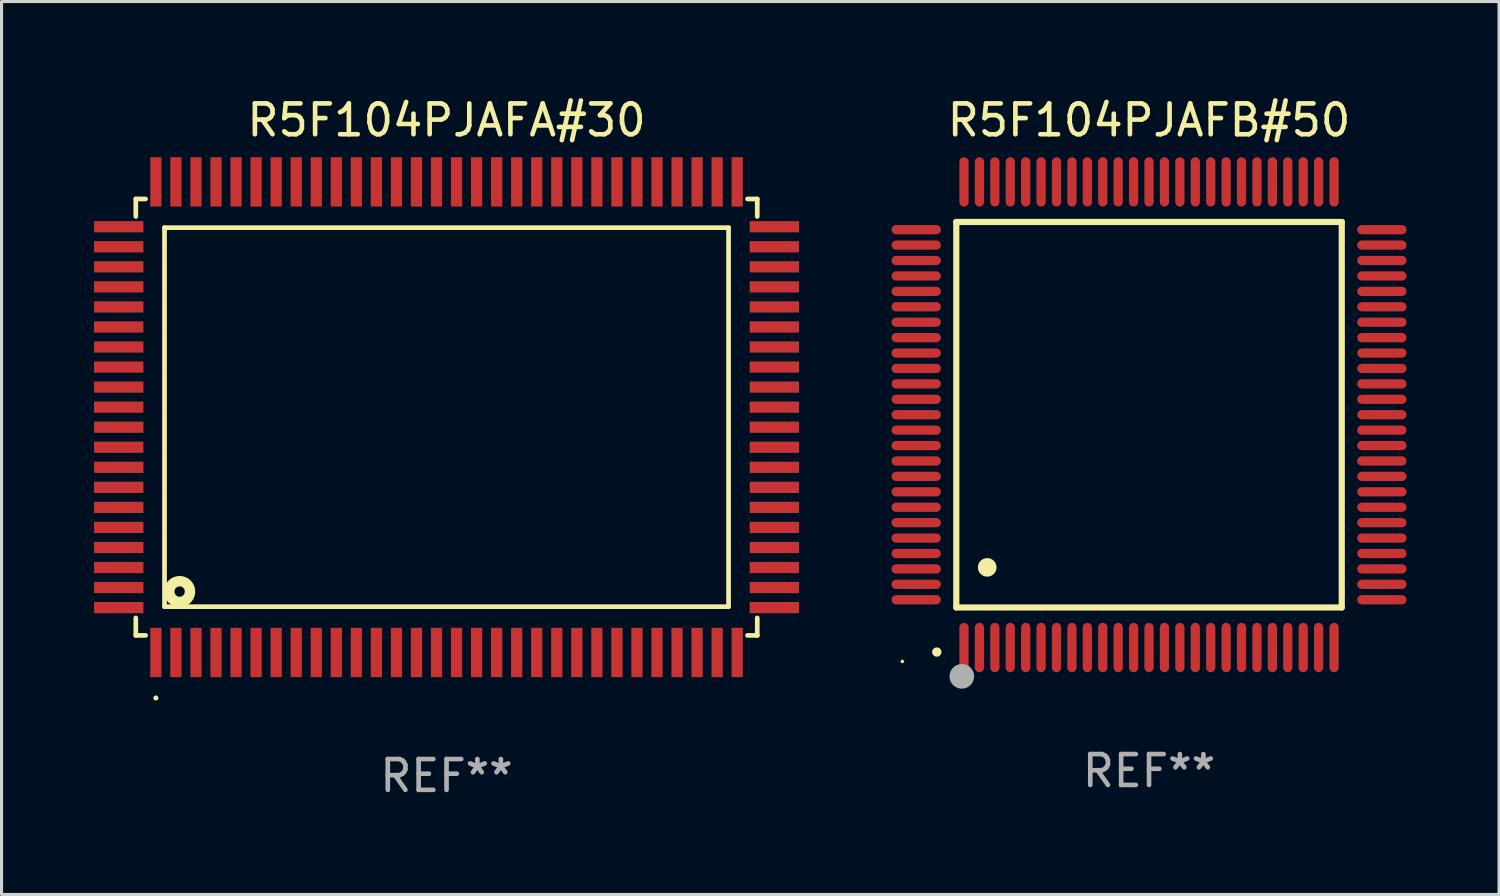
<source format=kicad_pcb>
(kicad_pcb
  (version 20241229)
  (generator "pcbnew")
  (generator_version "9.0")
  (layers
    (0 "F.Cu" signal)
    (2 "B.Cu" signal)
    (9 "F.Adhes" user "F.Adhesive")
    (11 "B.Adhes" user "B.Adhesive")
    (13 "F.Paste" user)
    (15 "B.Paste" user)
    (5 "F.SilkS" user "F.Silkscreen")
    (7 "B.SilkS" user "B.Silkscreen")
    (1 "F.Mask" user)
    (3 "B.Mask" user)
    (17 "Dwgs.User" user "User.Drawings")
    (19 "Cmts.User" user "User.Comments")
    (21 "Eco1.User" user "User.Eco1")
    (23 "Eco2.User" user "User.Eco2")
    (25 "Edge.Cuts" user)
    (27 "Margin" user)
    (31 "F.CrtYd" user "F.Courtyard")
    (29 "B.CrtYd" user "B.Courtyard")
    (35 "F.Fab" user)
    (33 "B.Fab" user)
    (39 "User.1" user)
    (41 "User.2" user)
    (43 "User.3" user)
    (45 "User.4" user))
  (footprint "R5F104PJAFB#50"
    (layer "F.Cu")
    (at 34.21 10.398)
    (property "Reference" "R5F104PJAFB#50" (at 0 -9.55 0) (layer "F.SilkS") (effects (font (size 1 1) (thickness 0.15))))
    (attr through_hole)
    (fp_line (start -6.25 -6.25) (end -6.25 6.25) (stroke (width 0.2) (type solid)) (layer "F.SilkS"))
    (fp_line (start -6.25 6.25) (end 6.25 6.25) (stroke (width 0.2) (type solid)) (layer "F.SilkS"))
    (fp_line (start 6.25 -6.25) (end -6.25 -6.25) (stroke (width 0.2) (type solid)) (layer "F.SilkS"))
    (fp_line (start 6.25 6.25) (end 6.25 -6.25) (stroke (width 0.2) (type solid)) (layer "F.SilkS"))
    (fp_arc (start -6.883414 7.696215) (mid -6.882144 7.69621) (end -6.880874 7.696215) (stroke (width 0.3) (type solid)) (layer "F.SilkS"))
    (fp_arc (start -5.250191 4.95047) (mid -5.247651 4.950459) (end -5.245111 4.95047) (stroke (width 0.6) (type solid)) (layer "F.SilkS"))
    (fp_circle (center -8 8) (end -7.97 8) (stroke (width 0.06) (type solid)) (fill no) (layer "F.SilkS"))
    (fp_circle (center -6.071 8.484) (end -5.871 8.484) (stroke (width 0.4) (type solid)) (fill no) (layer "F.Fab"))
    (fp_text user "REF**" (at 0 11.55 0) (layer "F.Fab") (effects (font (size 1 1) (thickness 0.15))))
    (pad "1" smd oval (at -6 7.55) (size 0.3 1.6) (layers "F.Cu" "F.Mask" "F.Paste"))
    (pad "2" smd oval (at -5.5 7.55) (size 0.3 1.6) (layers "F.Cu" "F.Mask" "F.Paste"))
    (pad "3" smd oval (at -5 7.55) (size 0.3 1.6) (layers "F.Cu" "F.Mask" "F.Paste"))
    (pad "4" smd oval (at -4.5 7.55) (size 0.3 1.6) (layers "F.Cu" "F.Mask" "F.Paste"))
    (pad "5" smd oval (at -4 7.55) (size 0.3 1.6) (layers "F.Cu" "F.Mask" "F.Paste"))
    (pad "6" smd oval (at -3.5 7.55) (size 0.3 1.6) (layers "F.Cu" "F.Mask" "F.Paste"))
    (pad "7" smd oval (at -3 7.55) (size 0.3 1.6) (layers "F.Cu" "F.Mask" "F.Paste"))
    (pad "8" smd oval (at -2.5 7.55) (size 0.3 1.6) (layers "F.Cu" "F.Mask" "F.Paste"))
    (pad "9" smd oval (at -2 7.55) (size 0.3 1.6) (layers "F.Cu" "F.Mask" "F.Paste"))
    (pad "10" smd oval (at -1.5 7.55) (size 0.3 1.6) (layers "F.Cu" "F.Mask" "F.Paste"))
    (pad "11" smd oval (at -1 7.55) (size 0.3 1.6) (layers "F.Cu" "F.Mask" "F.Paste"))
    (pad "12" smd oval (at -0.5 7.55) (size 0.3 1.6) (layers "F.Cu" "F.Mask" "F.Paste"))
    (pad "13" smd oval (at 0 7.55) (size 0.3 1.6) (layers "F.Cu" "F.Mask" "F.Paste"))
    (pad "14" smd oval (at 0.5 7.55) (size 0.3 1.6) (layers "F.Cu" "F.Mask" "F.Paste"))
    (pad "15" smd oval (at 1 7.55) (size 0.3 1.6) (layers "F.Cu" "F.Mask" "F.Paste"))
    (pad "16" smd oval (at 1.5 7.55) (size 0.3 1.6) (layers "F.Cu" "F.Mask" "F.Paste"))
    (pad "17" smd oval (at 2 7.55) (size 0.3 1.6) (layers "F.Cu" "F.Mask" "F.Paste"))
    (pad "18" smd oval (at 2.5 7.55) (size 0.3 1.6) (layers "F.Cu" "F.Mask" "F.Paste"))
    (pad "19" smd oval (at 3 7.55) (size 0.3 1.6) (layers "F.Cu" "F.Mask" "F.Paste"))
    (pad "20" smd oval (at 3.5 7.55) (size 0.3 1.6) (layers "F.Cu" "F.Mask" "F.Paste"))
    (pad "21" smd oval (at 4 7.55) (size 0.3 1.6) (layers "F.Cu" "F.Mask" "F.Paste"))
    (pad "22" smd oval (at 4.5 7.55) (size 0.3 1.6) (layers "F.Cu" "F.Mask" "F.Paste"))
    (pad "23" smd oval (at 5 7.55) (size 0.3 1.6) (layers "F.Cu" "F.Mask" "F.Paste"))
    (pad "24" smd oval (at 5.5 7.55) (size 0.3 1.6) (layers "F.Cu" "F.Mask" "F.Paste"))
    (pad "25" smd oval (at 6 7.55) (size 0.3 1.6) (layers "F.Cu" "F.Mask" "F.Paste"))
    (pad "26" smd oval (at 7.55 6) (size 1.6 0.3) (layers "F.Cu" "F.Mask" "F.Paste"))
    (pad "27" smd oval (at 7.55 5.5) (size 1.6 0.3) (layers "F.Cu" "F.Mask" "F.Paste"))
    (pad "28" smd oval (at 7.55 5) (size 1.6 0.3) (layers "F.Cu" "F.Mask" "F.Paste"))
    (pad "29" smd oval (at 7.55 4.5) (size 1.6 0.3) (layers "F.Cu" "F.Mask" "F.Paste"))
    (pad "30" smd oval (at 7.55 4) (size 1.6 0.3) (layers "F.Cu" "F.Mask" "F.Paste"))
    (pad "31" smd oval (at 7.55 3.5) (size 1.6 0.3) (layers "F.Cu" "F.Mask" "F.Paste"))
    (pad "32" smd oval (at 7.55 3) (size 1.6 0.3) (layers "F.Cu" "F.Mask" "F.Paste"))
    (pad "33" smd oval (at 7.55 2.5) (size 1.6 0.3) (layers "F.Cu" "F.Mask" "F.Paste"))
    (pad "34" smd oval (at 7.55 2) (size 1.6 0.3) (layers "F.Cu" "F.Mask" "F.Paste"))
    (pad "35" smd oval (at 7.55 1.5) (size 1.6 0.3) (layers "F.Cu" "F.Mask" "F.Paste"))
    (pad "36" smd oval (at 7.55 1) (size 1.6 0.3) (layers "F.Cu" "F.Mask" "F.Paste"))
    (pad "37" smd oval (at 7.55 0.5) (size 1.6 0.3) (layers "F.Cu" "F.Mask" "F.Paste"))
    (pad "38" smd oval (at 7.55 0) (size 1.6 0.3) (layers "F.Cu" "F.Mask" "F.Paste"))
    (pad "39" smd oval (at 7.55 -0.5) (size 1.6 0.3) (layers "F.Cu" "F.Mask" "F.Paste"))
    (pad "40" smd oval (at 7.55 -1) (size 1.6 0.3) (layers "F.Cu" "F.Mask" "F.Paste"))
    (pad "41" smd oval (at 7.55 -1.5) (size 1.6 0.3) (layers "F.Cu" "F.Mask" "F.Paste"))
    (pad "42" smd oval (at 7.55 -2) (size 1.6 0.3) (layers "F.Cu" "F.Mask" "F.Paste"))
    (pad "43" smd oval (at 7.55 -2.5) (size 1.6 0.3) (layers "F.Cu" "F.Mask" "F.Paste"))
    (pad "44" smd oval (at 7.55 -3) (size 1.6 0.3) (layers "F.Cu" "F.Mask" "F.Paste"))
    (pad "45" smd oval (at 7.55 -3.5) (size 1.6 0.3) (layers "F.Cu" "F.Mask" "F.Paste"))
    (pad "46" smd oval (at 7.55 -4) (size 1.6 0.3) (layers "F.Cu" "F.Mask" "F.Paste"))
    (pad "47" smd oval (at 7.55 -4.5) (size 1.6 0.3) (layers "F.Cu" "F.Mask" "F.Paste"))
    (pad "48" smd oval (at 7.55 -5) (size 1.6 0.3) (layers "F.Cu" "F.Mask" "F.Paste"))
    (pad "49" smd oval (at 7.55 -5.5) (size 1.6 0.3) (layers "F.Cu" "F.Mask" "F.Paste"))
    (pad "50" smd oval (at 7.55 -6) (size 1.6 0.3) (layers "F.Cu" "F.Mask" "F.Paste"))
    (pad "51" smd oval (at 6 -7.55) (size 0.3 1.6) (layers "F.Cu" "F.Mask" "F.Paste"))
    (pad "52" smd oval (at 5.5 -7.55) (size 0.3 1.6) (layers "F.Cu" "F.Mask" "F.Paste"))
    (pad "53" smd oval (at 5 -7.55) (size 0.3 1.6) (layers "F.Cu" "F.Mask" "F.Paste"))
    (pad "54" smd oval (at 4.5 -7.55) (size 0.3 1.6) (layers "F.Cu" "F.Mask" "F.Paste"))
    (pad "55" smd oval (at 4 -7.55) (size 0.3 1.6) (layers "F.Cu" "F.Mask" "F.Paste"))
    (pad "56" smd oval (at 3.5 -7.55) (size 0.3 1.6) (layers "F.Cu" "F.Mask" "F.Paste"))
    (pad "57" smd oval (at 3 -7.55) (size 0.3 1.6) (layers "F.Cu" "F.Mask" "F.Paste"))
    (pad "58" smd oval (at 2.5 -7.55) (size 0.3 1.6) (layers "F.Cu" "F.Mask" "F.Paste"))
    (pad "59" smd oval (at 2 -7.55) (size 0.3 1.6) (layers "F.Cu" "F.Mask" "F.Paste"))
    (pad "60" smd oval (at 1.5 -7.55) (size 0.3 1.6) (layers "F.Cu" "F.Mask" "F.Paste"))
    (pad "61" smd oval (at 1 -7.55) (size 0.3 1.6) (layers "F.Cu" "F.Mask" "F.Paste"))
    (pad "62" smd oval (at 0.5 -7.55) (size 0.3 1.6) (layers "F.Cu" "F.Mask" "F.Paste"))
    (pad "63" smd oval (at 0 -7.55) (size 0.3 1.6) (layers "F.Cu" "F.Mask" "F.Paste"))
    (pad "64" smd oval (at -0.5 -7.55) (size 0.3 1.6) (layers "F.Cu" "F.Mask" "F.Paste"))
    (pad "65" smd oval (at -1 -7.55) (size 0.3 1.6) (layers "F.Cu" "F.Mask" "F.Paste"))
    (pad "66" smd oval (at -1.5 -7.55) (size 0.3 1.6) (layers "F.Cu" "F.Mask" "F.Paste"))
    (pad "67" smd oval (at -2 -7.55) (size 0.3 1.6) (layers "F.Cu" "F.Mask" "F.Paste"))
    (pad "68" smd oval (at -2.5 -7.55) (size 0.3 1.6) (layers "F.Cu" "F.Mask" "F.Paste"))
    (pad "69" smd oval (at -3 -7.55) (size 0.3 1.6) (layers "F.Cu" "F.Mask" "F.Paste"))
    (pad "70" smd oval (at -3.5 -7.55) (size 0.3 1.6) (layers "F.Cu" "F.Mask" "F.Paste"))
    (pad "71" smd oval (at -4 -7.55) (size 0.3 1.6) (layers "F.Cu" "F.Mask" "F.Paste"))
    (pad "72" smd oval (at -4.5 -7.55) (size 0.3 1.6) (layers "F.Cu" "F.Mask" "F.Paste"))
    (pad "73" smd oval (at -5 -7.55) (size 0.3 1.6) (layers "F.Cu" "F.Mask" "F.Paste"))
    (pad "74" smd oval (at -5.5 -7.55) (size 0.3 1.6) (layers "F.Cu" "F.Mask" "F.Paste"))
    (pad "75" smd oval (at -6 -7.55) (size 0.3 1.6) (layers "F.Cu" "F.Mask" "F.Paste"))
    (pad "76" smd oval (at -7.55 -6) (size 1.6 0.3) (layers "F.Cu" "F.Mask" "F.Paste"))
    (pad "77" smd oval (at -7.55 -5.5) (size 1.6 0.3) (layers "F.Cu" "F.Mask" "F.Paste"))
    (pad "78" smd oval (at -7.55 -5) (size 1.6 0.3) (layers "F.Cu" "F.Mask" "F.Paste"))
    (pad "79" smd oval (at -7.55 -4.5) (size 1.6 0.3) (layers "F.Cu" "F.Mask" "F.Paste"))
    (pad "80" smd oval (at -7.55 -4) (size 1.6 0.3) (layers "F.Cu" "F.Mask" "F.Paste"))
    (pad "81" smd oval (at -7.55 -3.5) (size 1.6 0.3) (layers "F.Cu" "F.Mask" "F.Paste"))
    (pad "82" smd oval (at -7.55 -3) (size 1.6 0.3) (layers "F.Cu" "F.Mask" "F.Paste"))
    (pad "83" smd oval (at -7.55 -2.5) (size 1.6 0.3) (layers "F.Cu" "F.Mask" "F.Paste"))
    (pad "84" smd oval (at -7.55 -2) (size 1.6 0.3) (layers "F.Cu" "F.Mask" "F.Paste"))
    (pad "85" smd oval (at -7.55 -1.5) (size 1.6 0.3) (layers "F.Cu" "F.Mask" "F.Paste"))
    (pad "86" smd oval (at -7.55 -1) (size 1.6 0.3) (layers "F.Cu" "F.Mask" "F.Paste"))
    (pad "87" smd oval (at -7.55 -0.5) (size 1.6 0.3) (layers "F.Cu" "F.Mask" "F.Paste"))
    (pad "88" smd oval (at -7.55 0) (size 1.6 0.3) (layers "F.Cu" "F.Mask" "F.Paste"))
    (pad "89" smd oval (at -7.55 0.5) (size 1.6 0.3) (layers "F.Cu" "F.Mask" "F.Paste"))
    (pad "90" smd oval (at -7.55 1) (size 1.6 0.3) (layers "F.Cu" "F.Mask" "F.Paste"))
    (pad "91" smd oval (at -7.55 1.5) (size 1.6 0.3) (layers "F.Cu" "F.Mask" "F.Paste"))
    (pad "92" smd oval (at -7.55 2) (size 1.6 0.3) (layers "F.Cu" "F.Mask" "F.Paste"))
    (pad "93" smd oval (at -7.55 2.5) (size 1.6 0.3) (layers "F.Cu" "F.Mask" "F.Paste"))
    (pad "94" smd oval (at -7.55 3) (size 1.6 0.3) (layers "F.Cu" "F.Mask" "F.Paste"))
    (pad "95" smd oval (at -7.55 3.5) (size 1.6 0.3) (layers "F.Cu" "F.Mask" "F.Paste"))
    (pad "96" smd oval (at -7.55 4) (size 1.6 0.3) (layers "F.Cu" "F.Mask" "F.Paste"))
    (pad "97" smd oval (at -7.55 4.5) (size 1.6 0.3) (layers "F.Cu" "F.Mask" "F.Paste"))
    (pad "98" smd oval (at -7.55 5) (size 1.6 0.3) (layers "F.Cu" "F.Mask" "F.Paste"))
    (pad "99" smd oval (at -7.55 5.5) (size 1.6 0.3) (layers "F.Cu" "F.Mask" "F.Paste"))
    (pad "100" smd oval (at -7.55 6) (size 1.6 0.3) (layers "F.Cu" "F.Mask" "F.Paste")))
  (footprint "R5F104PJAFA#30"
    (layer "F.Cu")
    (at 11.43 10.478)
    (property "Reference" "R5F104PJAFA#30" (at 0 -9.63 0) (layer "F.SilkS") (effects (font (size 1 1) (thickness 0.15))))
    (attr through_hole)
    (fp_line (start -10.076 -7.076) (end -10.076 -6.509) (stroke (width 0.152) (type solid)) (layer "F.SilkS"))
    (fp_line (start -10.076 7.076) (end -10.076 6.509) (stroke (width 0.152) (type solid)) (layer "F.SilkS"))
    (fp_line (start -9.759 -7.076) (end -10.076 -7.076) (stroke (width 0.152) (type solid)) (layer "F.SilkS"))
    (fp_line (start -9.759 7.076) (end -10.076 7.076) (stroke (width 0.152) (type solid)) (layer "F.SilkS"))
    (fp_line (start -9.145 -6.145) (end 9.145 -6.145) (stroke (width 0.152) (type solid)) (layer "F.SilkS"))
    (fp_line (start -9.145 6.145) (end -9.145 -6.145) (stroke (width 0.152) (type solid)) (layer "F.SilkS"))
    (fp_line (start 9.145 -6.145) (end 9.145 6.145) (stroke (width 0.152) (type solid)) (layer "F.SilkS"))
    (fp_line (start 9.145 6.145) (end -9.145 6.145) (stroke (width 0.152) (type solid)) (layer "F.SilkS"))
    (fp_line (start 9.759 -7.076) (end 10.076 -7.076) (stroke (width 0.152) (type solid)) (layer "F.SilkS"))
    (fp_line (start 9.759 7.076) (end 10.076 7.076) (stroke (width 0.152) (type solid)) (layer "F.SilkS"))
    (fp_line (start 10.076 -7.076) (end 10.076 -6.509) (stroke (width 0.152) (type solid)) (layer "F.SilkS"))
    (fp_line (start 10.076 7.076) (end 10.076 6.509) (stroke (width 0.152) (type solid)) (layer "F.SilkS"))
    (fp_circle (center -9.425 9.105) (end -9.384 9.105) (stroke (width 0.081) (type solid)) (fill no) (layer "F.SilkS"))
    (fp_circle (center -8.655 5.655) (end -8.487 5.655) (stroke (width 0.338) (type solid)) (fill no) (layer "F.SilkS"))
    (fp_text user "REF**" (at 0 11.63 0) (layer "F.Fab") (effects (font (size 1 1) (thickness 0.15))))
    (pad "1" smd rect (at -9.425 7.63) (size 0.364 1.6) (layers "F.Cu" "F.Mask" "F.Paste"))
    (pad "2" smd rect (at -8.775 7.63) (size 0.364 1.6) (layers "F.Cu" "F.Mask" "F.Paste"))
    (pad "3" smd rect (at -8.125 7.63) (size 0.364 1.6) (layers "F.Cu" "F.Mask" "F.Paste"))
    (pad "4" smd rect (at -7.475 7.63) (size 0.364 1.6) (layers "F.Cu" "F.Mask" "F.Paste"))
    (pad "5" smd rect (at -6.825 7.63) (size 0.364 1.6) (layers "F.Cu" "F.Mask" "F.Paste"))
    (pad "6" smd rect (at -6.175 7.63) (size 0.364 1.6) (layers "F.Cu" "F.Mask" "F.Paste"))
    (pad "7" smd rect (at -5.525 7.63) (size 0.364 1.6) (layers "F.Cu" "F.Mask" "F.Paste"))
    (pad "8" smd rect (at -4.875 7.63) (size 0.364 1.6) (layers "F.Cu" "F.Mask" "F.Paste"))
    (pad "9" smd rect (at -4.225 7.63) (size 0.364 1.6) (layers "F.Cu" "F.Mask" "F.Paste"))
    (pad "10" smd rect (at -3.575 7.63) (size 0.364 1.6) (layers "F.Cu" "F.Mask" "F.Paste"))
    (pad "11" smd rect (at -2.925 7.63) (size 0.364 1.6) (layers "F.Cu" "F.Mask" "F.Paste"))
    (pad "12" smd rect (at -2.275 7.63) (size 0.364 1.6) (layers "F.Cu" "F.Mask" "F.Paste"))
    (pad "13" smd rect (at -1.625 7.63) (size 0.364 1.6) (layers "F.Cu" "F.Mask" "F.Paste"))
    (pad "14" smd rect (at -0.975 7.63) (size 0.364 1.6) (layers "F.Cu" "F.Mask" "F.Paste"))
    (pad "15" smd rect (at -0.325 7.63) (size 0.364 1.6) (layers "F.Cu" "F.Mask" "F.Paste"))
    (pad "16" smd rect (at 0.325 7.63) (size 0.364 1.6) (layers "F.Cu" "F.Mask" "F.Paste"))
    (pad "17" smd rect (at 0.975 7.63) (size 0.364 1.6) (layers "F.Cu" "F.Mask" "F.Paste"))
    (pad "18" smd rect (at 1.625 7.63) (size 0.364 1.6) (layers "F.Cu" "F.Mask" "F.Paste"))
    (pad "19" smd rect (at 2.275 7.63) (size 0.364 1.6) (layers "F.Cu" "F.Mask" "F.Paste"))
    (pad "20" smd rect (at 2.925 7.63) (size 0.364 1.6) (layers "F.Cu" "F.Mask" "F.Paste"))
    (pad "21" smd rect (at 3.575 7.63) (size 0.364 1.6) (layers "F.Cu" "F.Mask" "F.Paste"))
    (pad "22" smd rect (at 4.225 7.63) (size 0.364 1.6) (layers "F.Cu" "F.Mask" "F.Paste"))
    (pad "23" smd rect (at 4.875 7.63) (size 0.364 1.6) (layers "F.Cu" "F.Mask" "F.Paste"))
    (pad "24" smd rect (at 5.525 7.63) (size 0.364 1.6) (layers "F.Cu" "F.Mask" "F.Paste"))
    (pad "25" smd rect (at 6.175 7.63) (size 0.364 1.6) (layers "F.Cu" "F.Mask" "F.Paste"))
    (pad "26" smd rect (at 6.825 7.63) (size 0.364 1.6) (layers "F.Cu" "F.Mask" "F.Paste"))
    (pad "27" smd rect (at 7.475 7.63) (size 0.364 1.6) (layers "F.Cu" "F.Mask" "F.Paste"))
    (pad "28" smd rect (at 8.125 7.63) (size 0.364 1.6) (layers "F.Cu" "F.Mask" "F.Paste"))
    (pad "29" smd rect (at 8.775 7.63) (size 0.364 1.6) (layers "F.Cu" "F.Mask" "F.Paste"))
    (pad "30" smd rect (at 9.425 7.63) (size 0.364 1.6) (layers "F.Cu" "F.Mask" "F.Paste"))
    (pad "31" smd rect (at 10.63 6.175) (size 1.6 0.364) (layers "F.Cu" "F.Mask" "F.Paste"))
    (pad "32" smd rect (at 10.63 5.525) (size 1.6 0.364) (layers "F.Cu" "F.Mask" "F.Paste"))
    (pad "33" smd rect (at 10.63 4.875) (size 1.6 0.364) (layers "F.Cu" "F.Mask" "F.Paste"))
    (pad "34" smd rect (at 10.63 4.225) (size 1.6 0.364) (layers "F.Cu" "F.Mask" "F.Paste"))
    (pad "35" smd rect (at 10.63 3.575) (size 1.6 0.364) (layers "F.Cu" "F.Mask" "F.Paste"))
    (pad "36" smd rect (at 10.63 2.925) (size 1.6 0.364) (layers "F.Cu" "F.Mask" "F.Paste"))
    (pad "37" smd rect (at 10.63 2.275) (size 1.6 0.364) (layers "F.Cu" "F.Mask" "F.Paste"))
    (pad "38" smd rect (at 10.63 1.625) (size 1.6 0.364) (layers "F.Cu" "F.Mask" "F.Paste"))
    (pad "39" smd rect (at 10.63 0.975) (size 1.6 0.364) (layers "F.Cu" "F.Mask" "F.Paste"))
    (pad "40" smd rect (at 10.63 0.325) (size 1.6 0.364) (layers "F.Cu" "F.Mask" "F.Paste"))
    (pad "41" smd rect (at 10.63 -0.325) (size 1.6 0.364) (layers "F.Cu" "F.Mask" "F.Paste"))
    (pad "42" smd rect (at 10.63 -0.975) (size 1.6 0.364) (layers "F.Cu" "F.Mask" "F.Paste"))
    (pad "43" smd rect (at 10.63 -1.625) (size 1.6 0.364) (layers "F.Cu" "F.Mask" "F.Paste"))
    (pad "44" smd rect (at 10.63 -2.275) (size 1.6 0.364) (layers "F.Cu" "F.Mask" "F.Paste"))
    (pad "45" smd rect (at 10.63 -2.925) (size 1.6 0.364) (layers "F.Cu" "F.Mask" "F.Paste"))
    (pad "46" smd rect (at 10.63 -3.575) (size 1.6 0.364) (layers "F.Cu" "F.Mask" "F.Paste"))
    (pad "47" smd rect (at 10.63 -4.225) (size 1.6 0.364) (layers "F.Cu" "F.Mask" "F.Paste"))
    (pad "48" smd rect (at 10.63 -4.875) (size 1.6 0.364) (layers "F.Cu" "F.Mask" "F.Paste"))
    (pad "49" smd rect (at 10.63 -5.525) (size 1.6 0.364) (layers "F.Cu" "F.Mask" "F.Paste"))
    (pad "50" smd rect (at 10.63 -6.175) (size 1.6 0.364) (layers "F.Cu" "F.Mask" "F.Paste"))
    (pad "51" smd rect (at 9.425 -7.63) (size 0.364 1.6) (layers "F.Cu" "F.Mask" "F.Paste"))
    (pad "52" smd rect (at 8.775 -7.63) (size 0.364 1.6) (layers "F.Cu" "F.Mask" "F.Paste"))
    (pad "53" smd rect (at 8.125 -7.63) (size 0.364 1.6) (layers "F.Cu" "F.Mask" "F.Paste"))
    (pad "54" smd rect (at 7.475 -7.63) (size 0.364 1.6) (layers "F.Cu" "F.Mask" "F.Paste"))
    (pad "55" smd rect (at 6.825 -7.63) (size 0.364 1.6) (layers "F.Cu" "F.Mask" "F.Paste"))
    (pad "56" smd rect (at 6.175 -7.63) (size 0.364 1.6) (layers "F.Cu" "F.Mask" "F.Paste"))
    (pad "57" smd rect (at 5.525 -7.63) (size 0.364 1.6) (layers "F.Cu" "F.Mask" "F.Paste"))
    (pad "58" smd rect (at 4.875 -7.63) (size 0.364 1.6) (layers "F.Cu" "F.Mask" "F.Paste"))
    (pad "59" smd rect (at 4.225 -7.63) (size 0.364 1.6) (layers "F.Cu" "F.Mask" "F.Paste"))
    (pad "60" smd rect (at 3.575 -7.63) (size 0.364 1.6) (layers "F.Cu" "F.Mask" "F.Paste"))
    (pad "61" smd rect (at 2.925 -7.63) (size 0.364 1.6) (layers "F.Cu" "F.Mask" "F.Paste"))
    (pad "62" smd rect (at 2.275 -7.63) (size 0.364 1.6) (layers "F.Cu" "F.Mask" "F.Paste"))
    (pad "63" smd rect (at 1.625 -7.63) (size 0.364 1.6) (layers "F.Cu" "F.Mask" "F.Paste"))
    (pad "64" smd rect (at 0.975 -7.63) (size 0.364 1.6) (layers "F.Cu" "F.Mask" "F.Paste"))
    (pad "65" smd rect (at 0.325 -7.63) (size 0.364 1.6) (layers "F.Cu" "F.Mask" "F.Paste"))
    (pad "66" smd rect (at -0.325 -7.63) (size 0.364 1.6) (layers "F.Cu" "F.Mask" "F.Paste"))
    (pad "67" smd rect (at -0.975 -7.63) (size 0.364 1.6) (layers "F.Cu" "F.Mask" "F.Paste"))
    (pad "68" smd rect (at -1.625 -7.63) (size 0.364 1.6) (layers "F.Cu" "F.Mask" "F.Paste"))
    (pad "69" smd rect (at -2.275 -7.63) (size 0.364 1.6) (layers "F.Cu" "F.Mask" "F.Paste"))
    (pad "70" smd rect (at -2.925 -7.63) (size 0.364 1.6) (layers "F.Cu" "F.Mask" "F.Paste"))
    (pad "71" smd rect (at -3.575 -7.63) (size 0.364 1.6) (layers "F.Cu" "F.Mask" "F.Paste"))
    (pad "72" smd rect (at -4.225 -7.63) (size 0.364 1.6) (layers "F.Cu" "F.Mask" "F.Paste"))
    (pad "73" smd rect (at -4.875 -7.63) (size 0.364 1.6) (layers "F.Cu" "F.Mask" "F.Paste"))
    (pad "74" smd rect (at -5.525 -7.63) (size 0.364 1.6) (layers "F.Cu" "F.Mask" "F.Paste"))
    (pad "75" smd rect (at -6.175 -7.63) (size 0.364 1.6) (layers "F.Cu" "F.Mask" "F.Paste"))
    (pad "76" smd rect (at -6.825 -7.63) (size 0.364 1.6) (layers "F.Cu" "F.Mask" "F.Paste"))
    (pad "77" smd rect (at -7.475 -7.63) (size 0.364 1.6) (layers "F.Cu" "F.Mask" "F.Paste"))
    (pad "78" smd rect (at -8.125 -7.63) (size 0.364 1.6) (layers "F.Cu" "F.Mask" "F.Paste"))
    (pad "79" smd rect (at -8.775 -7.63) (size 0.364 1.6) (layers "F.Cu" "F.Mask" "F.Paste"))
    (pad "80" smd rect (at -9.425 -7.63) (size 0.364 1.6) (layers "F.Cu" "F.Mask" "F.Paste"))
    (pad "81" smd rect (at -10.63 -6.175) (size 1.6 0.364) (layers "F.Cu" "F.Mask" "F.Paste"))
    (pad "82" smd rect (at -10.63 -5.525) (size 1.6 0.364) (layers "F.Cu" "F.Mask" "F.Paste"))
    (pad "83" smd rect (at -10.63 -4.875) (size 1.6 0.364) (layers "F.Cu" "F.Mask" "F.Paste"))
    (pad "84" smd rect (at -10.63 -4.225) (size 1.6 0.364) (layers "F.Cu" "F.Mask" "F.Paste"))
    (pad "85" smd rect (at -10.63 -3.575) (size 1.6 0.364) (layers "F.Cu" "F.Mask" "F.Paste"))
    (pad "86" smd rect (at -10.63 -2.925) (size 1.6 0.364) (layers "F.Cu" "F.Mask" "F.Paste"))
    (pad "87" smd rect (at -10.63 -2.275) (size 1.6 0.364) (layers "F.Cu" "F.Mask" "F.Paste"))
    (pad "88" smd rect (at -10.63 -1.625) (size 1.6 0.364) (layers "F.Cu" "F.Mask" "F.Paste"))
    (pad "89" smd rect (at -10.63 -0.975) (size 1.6 0.364) (layers "F.Cu" "F.Mask" "F.Paste"))
    (pad "90" smd rect (at -10.63 -0.325) (size 1.6 0.364) (layers "F.Cu" "F.Mask" "F.Paste"))
    (pad "91" smd rect (at -10.63 0.325) (size 1.6 0.364) (layers "F.Cu" "F.Mask" "F.Paste"))
    (pad "92" smd rect (at -10.63 0.975) (size 1.6 0.364) (layers "F.Cu" "F.Mask" "F.Paste"))
    (pad "93" smd rect (at -10.63 1.625) (size 1.6 0.364) (layers "F.Cu" "F.Mask" "F.Paste"))
    (pad "94" smd rect (at -10.63 2.275) (size 1.6 0.364) (layers "F.Cu" "F.Mask" "F.Paste"))
    (pad "95" smd rect (at -10.63 2.925) (size 1.6 0.364) (layers "F.Cu" "F.Mask" "F.Paste"))
    (pad "96" smd rect (at -10.63 3.575) (size 1.6 0.364) (layers "F.Cu" "F.Mask" "F.Paste"))
    (pad "97" smd rect (at -10.63 4.225) (size 1.6 0.364) (layers "F.Cu" "F.Mask" "F.Paste"))
    (pad "98" smd rect (at -10.63 4.875) (size 1.6 0.364) (layers "F.Cu" "F.Mask" "F.Paste"))
    (pad "99" smd rect (at -10.63 5.525) (size 1.6 0.364) (layers "F.Cu" "F.Mask" "F.Paste"))
    (pad "100" smd rect (at -10.63 6.175) (size 1.6 0.364) (layers "F.Cu" "F.Mask" "F.Paste")))
  (gr_rect
    (start -3 -3)
    (end 45.56 25.956)
    (stroke (width 0.1) (type default))
    (fill no)
    (layer "Edge.Cuts")))
</source>
